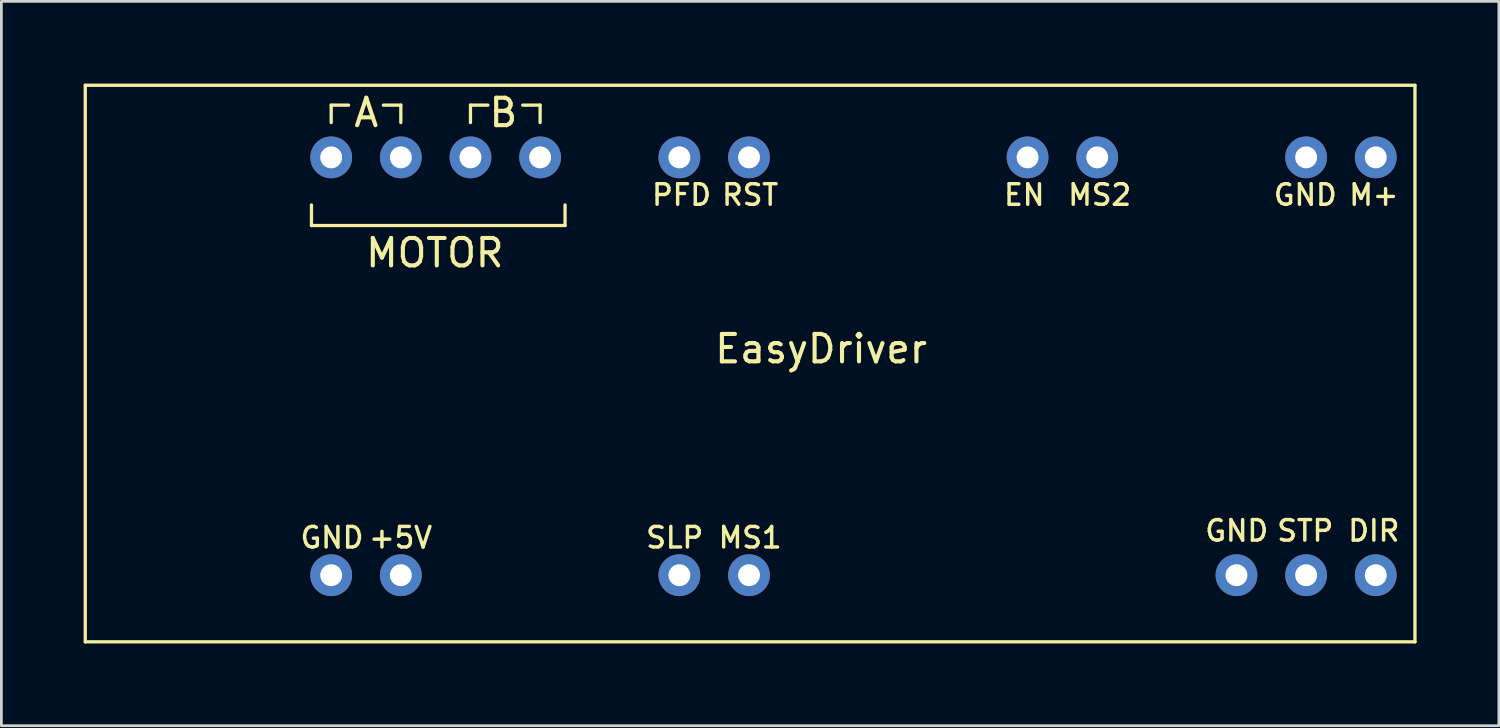
<source format=kicad_pcb>
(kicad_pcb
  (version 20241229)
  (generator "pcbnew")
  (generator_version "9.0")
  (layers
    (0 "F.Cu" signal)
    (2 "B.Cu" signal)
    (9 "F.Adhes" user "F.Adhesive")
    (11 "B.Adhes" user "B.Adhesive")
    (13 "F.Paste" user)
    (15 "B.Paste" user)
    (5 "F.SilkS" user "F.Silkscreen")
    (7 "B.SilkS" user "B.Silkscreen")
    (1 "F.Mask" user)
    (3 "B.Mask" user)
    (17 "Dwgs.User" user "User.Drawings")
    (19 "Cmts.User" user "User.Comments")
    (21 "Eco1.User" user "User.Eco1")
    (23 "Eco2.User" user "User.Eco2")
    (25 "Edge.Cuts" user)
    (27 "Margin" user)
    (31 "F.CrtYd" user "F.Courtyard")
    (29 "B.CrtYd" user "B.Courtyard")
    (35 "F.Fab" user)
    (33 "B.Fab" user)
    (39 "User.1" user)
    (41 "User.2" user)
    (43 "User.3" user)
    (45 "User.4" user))
  (footprint "EasyDriver"
    (layer "F.Cu")
    (at 26.81 10.31)
    (property "Reference" "EasyDriver" (at 0.09 -0.635 0) (layer "F.SilkS") (effects (font (size 1 1) (thickness 0.15))))
    (attr through_hole)
    (fp_line (start -26.75 -10.25) (end -26.75 10.05) (stroke (width 0.12) (type solid)) (layer "F.SilkS"))
    (fp_line (start -26.75 -10.25) (end 21.75 -10.25) (stroke (width 0.12) (type solid)) (layer "F.SilkS"))
    (fp_line (start -26.75 10.05) (end 21.75 10.05) (stroke (width 0.12) (type solid)) (layer "F.SilkS"))
    (fp_line (start -18.5 -5.135) (end -18.5 -5.885) (stroke (width 0.12) (type solid)) (layer "F.SilkS"))
    (fp_line (start -18.5 -5.135) (end -9.25 -5.135) (stroke (width 0.12) (type solid)) (layer "F.SilkS"))
    (fp_line (start -17.78 -9.525) (end -17.78 -8.89) (stroke (width 0.12) (type solid)) (layer "F.SilkS"))
    (fp_line (start -17.145 -9.525) (end -17.78 -9.525) (stroke (width 0.12) (type solid)) (layer "F.SilkS"))
    (fp_line (start -15.875 -9.525) (end -15.24 -9.525) (stroke (width 0.12) (type solid)) (layer "F.SilkS"))
    (fp_line (start -15.24 -9.525) (end -15.24 -8.89) (stroke (width 0.12) (type solid)) (layer "F.SilkS"))
    (fp_line (start -12.7 -9.525) (end -12.7 -8.89) (stroke (width 0.12) (type solid)) (layer "F.SilkS"))
    (fp_line (start -12.065 -9.525) (end -12.7 -9.525) (stroke (width 0.12) (type solid)) (layer "F.SilkS"))
    (fp_line (start -10.795 -9.525) (end -10.16 -9.525) (stroke (width 0.12) (type solid)) (layer "F.SilkS"))
    (fp_line (start -10.16 -9.525) (end -10.16 -8.89) (stroke (width 0.12) (type solid)) (layer "F.SilkS"))
    (fp_line (start -9.25 -5.135) (end -9.25 -5.885) (stroke (width 0.12) (type solid)) (layer "F.SilkS"))
    (fp_line (start 21.75 -10.25) (end 21.75 10.05) (stroke (width 0.12) (type solid)) (layer "F.SilkS"))
    (fp_text user "EN" (at 7.5 -6.25 0) (layer "F.SilkS") (effects (font (size 0.75 0.75) (thickness 0.125))))
    (fp_text user "GND" (at 15.25 6 0) (layer "F.SilkS") (effects (font (size 0.75 0.75) (thickness 0.125))))
    (fp_text user "MS1" (at -2.5 6.25 0) (layer "F.SilkS") (effects (font (size 0.75 0.75) (thickness 0.125))))
    (fp_text user "+5V" (at -15.25 6.25 0) (layer "F.SilkS") (effects (font (size 0.75 0.75) (thickness 0.125))))
    (fp_text user "RST" (at -2.5 -6.25 0) (layer "F.SilkS") (effects (font (size 0.75 0.75) (thickness 0.125))))
    (fp_text user "B" (at -11.5 -9.25 0) (layer "F.SilkS") (effects (font (size 1 1) (thickness 0.15))))
    (fp_text user "GND" (at 17.75 -6.25 0) (layer "F.SilkS") (effects (font (size 0.75 0.75) (thickness 0.125))))
    (fp_text user "MS2" (at 10.25 -6.25 0) (layer "F.SilkS") (effects (font (size 0.75 0.75) (thickness 0.125))))
    (fp_text user "A" (at -16.5 -9.25 0) (layer "F.SilkS") (effects (font (size 1 1) (thickness 0.15))))
    (fp_text user "M+" (at 20.25 -6.25 0) (layer "F.SilkS") (effects (font (size 0.75 0.75) (thickness 0.125))))
    (fp_text user "SLP" (at -5.25 6.25 0) (layer "F.SilkS") (effects (font (size 0.75 0.75) (thickness 0.125))))
    (fp_text user "GND" (at -17.75 6.25 0) (layer "F.SilkS") (effects (font (size 0.75 0.75) (thickness 0.125))))
    (fp_text user "PFD" (at -5 -6.25 0) (layer "F.SilkS") (effects (font (size 0.75 0.75) (thickness 0.125))))
    (fp_text user "STP" (at 17.75 6 0) (layer "F.SilkS") (effects (font (size 0.75 0.75) (thickness 0.125))))
    (fp_text user "DIR" (at 20.25 6 0) (layer "F.SilkS") (effects (font (size 0.75 0.75) (thickness 0.125))))
    (fp_text user "MOTOR" (at -14 -4.135 0) (layer "F.SilkS") (effects (font (size 1 1) (thickness 0.15))))
    (pad "5V+" thru_hole circle (at -15.24 7.62) (size 1.524 1.524) (drill 0.8) (layers "*.Cu" "*.Mask"))
    (pad "A+" thru_hole circle (at -17.78 -7.62) (size 1.524 1.524) (drill 0.8) (layers "*.Cu" "*.Mask"))
    (pad "A-" thru_hole circle (at -15.24 -7.62) (size 1.524 1.524) (drill 0.8) (layers "*.Cu" "*.Mask"))
    (pad "B+" thru_hole circle (at -12.7 -7.62) (size 1.524 1.524) (drill 0.8) (layers "*.Cu" "*.Mask"))
    (pad "B-" thru_hole circle (at -10.16 -7.62) (size 1.524 1.524) (drill 0.8) (layers "*.Cu" "*.Mask"))
    (pad "DIR" thru_hole circle (at 20.32 7.62) (size 1.524 1.524) (drill 0.8) (layers "*.Cu" "*.Mask"))
    (pad "EN" thru_hole circle (at 7.62 -7.62) (size 1.524 1.524) (drill 0.8) (layers "*.Cu" "*.Mask"))
    (pad "GND" thru_hole circle (at 15.24 7.62 270) (size 1.524 1.524) (drill 0.8) (layers "*.Cu" "*.Mask"))
    (pad "GND_IN" thru_hole circle (at 17.78 -7.62) (size 1.524 1.524) (drill 0.8) (layers "*.Cu" "*.Mask"))
    (pad "GND_alt" thru_hole circle (at -17.78 7.62) (size 1.524 1.524) (drill 0.8) (layers "*.Cu" "*.Mask"))
    (pad "M+" thru_hole circle (at 20.32 -7.62) (size 1.524 1.524) (drill 0.8) (layers "*.Cu" "*.Mask"))
    (pad "MS1" thru_hole circle (at -2.54 7.62) (size 1.524 1.524) (drill 0.8) (layers "*.Cu" "*.Mask"))
    (pad "MS2" thru_hole circle (at 10.16 -7.62) (size 1.524 1.524) (drill 0.8) (layers "*.Cu" "*.Mask"))
    (pad "PFD" thru_hole circle (at -5.08 -7.62) (size 1.524 1.524) (drill 0.8) (layers "*.Cu" "*.Mask"))
    (pad "RST" thru_hole circle (at -2.54 -7.62) (size 1.524 1.524) (drill 0.8) (layers "*.Cu" "*.Mask"))
    (pad "SLP" thru_hole circle (at -5.08 7.62) (size 1.524 1.524) (drill 0.8) (layers "*.Cu" "*.Mask"))
    (pad "STP" thru_hole circle (at 17.78 7.62) (size 1.524 1.524) (drill 0.8) (layers "*.Cu" "*.Mask")))
  (gr_rect
    (start -3 -3)
    (end 51.62 23.42)
    (stroke (width 0.1) (type default))
    (fill no)
    (layer "Edge.Cuts")))
</source>
